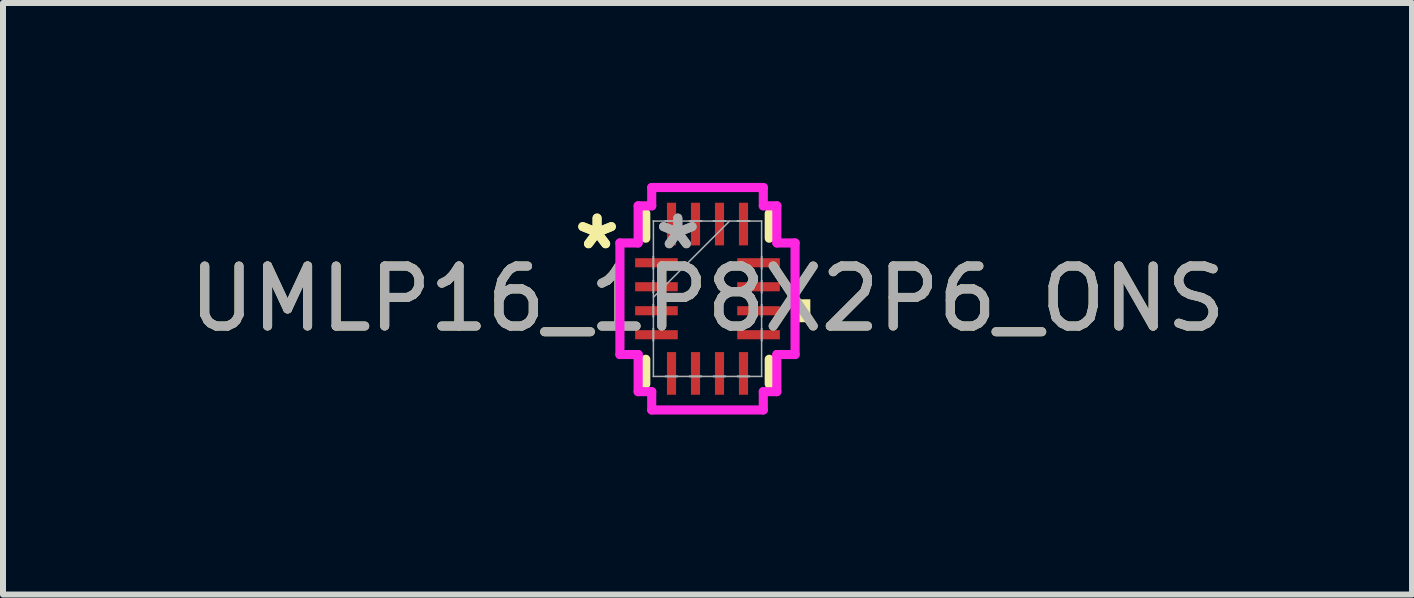
<source format=kicad_pcb>
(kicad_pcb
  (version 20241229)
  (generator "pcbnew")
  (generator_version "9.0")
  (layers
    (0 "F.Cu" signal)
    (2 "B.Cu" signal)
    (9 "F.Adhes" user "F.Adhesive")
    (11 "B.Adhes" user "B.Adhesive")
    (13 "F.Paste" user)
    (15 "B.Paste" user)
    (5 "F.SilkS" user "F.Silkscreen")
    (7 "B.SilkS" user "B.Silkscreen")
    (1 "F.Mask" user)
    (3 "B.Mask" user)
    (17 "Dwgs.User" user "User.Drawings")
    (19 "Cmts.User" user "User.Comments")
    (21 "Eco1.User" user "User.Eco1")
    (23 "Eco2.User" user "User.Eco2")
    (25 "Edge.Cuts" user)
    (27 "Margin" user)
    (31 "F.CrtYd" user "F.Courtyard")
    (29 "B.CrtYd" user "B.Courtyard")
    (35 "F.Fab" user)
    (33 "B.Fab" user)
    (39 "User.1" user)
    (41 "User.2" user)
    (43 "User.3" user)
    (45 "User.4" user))
  (footprint "UMLP16_1P8X2P6_ONS"
    (layer "F.Cu")
    (at 8.744 1.93)
    (property "Reference" "UMLP16_1P8X2P6_ONS" (at 0 0 0) (unlocked yes) (layer "F.SilkS") (effects (font (size 1 1) (thickness 0.15))))
    (attr smd)
    (fp_line (start -1.029 -1.422) (end -1.029 -1.009) (stroke (width 0.152) (type solid)) (layer "F.SilkS"))
    (fp_line (start -1.029 1.009) (end -1.029 1.422) (stroke (width 0.152) (type solid)) (layer "F.SilkS"))
    (fp_line (start 1.029 -1.009) (end 1.029 -1.422) (stroke (width 0.152) (type solid)) (layer "F.SilkS"))
    (fp_line (start 1.029 1.422) (end 1.029 1.009) (stroke (width 0.152) (type solid)) (layer "F.SilkS"))
    (fp_poly (pts (xy 1.714 0.009) (xy 1.714 0.391) (xy 1.46 0.391) (xy 1.46 0.009)) (stroke (width 0) (type solid)) (fill yes) (layer "F.SilkS"))
    (fp_line (start -1.46 -0.93) (end -1.156 -0.93) (stroke (width 0.152) (type solid)) (layer "F.CrtYd"))
    (fp_line (start -1.46 0.93) (end -1.46 -0.93) (stroke (width 0.152) (type solid)) (layer "F.CrtYd"))
    (fp_line (start -1.156 -1.549) (end -0.93 -1.549) (stroke (width 0.152) (type solid)) (layer "F.CrtYd"))
    (fp_line (start -1.156 -0.93) (end -1.156 -1.549) (stroke (width 0.152) (type solid)) (layer "F.CrtYd"))
    (fp_line (start -1.156 0.93) (end -1.46 0.93) (stroke (width 0.152) (type solid)) (layer "F.CrtYd"))
    (fp_line (start -1.156 1.549) (end -1.156 0.93) (stroke (width 0.152) (type solid)) (layer "F.CrtYd"))
    (fp_line (start -0.93 -1.854) (end 0.93 -1.854) (stroke (width 0.152) (type solid)) (layer "F.CrtYd"))
    (fp_line (start -0.93 -1.549) (end -0.93 -1.854) (stroke (width 0.152) (type solid)) (layer "F.CrtYd"))
    (fp_line (start -0.93 1.549) (end -1.156 1.549) (stroke (width 0.152) (type solid)) (layer "F.CrtYd"))
    (fp_line (start -0.93 1.854) (end -0.93 1.549) (stroke (width 0.152) (type solid)) (layer "F.CrtYd"))
    (fp_line (start 0.93 -1.854) (end 0.93 -1.549) (stroke (width 0.152) (type solid)) (layer "F.CrtYd"))
    (fp_line (start 0.93 -1.549) (end 1.156 -1.549) (stroke (width 0.152) (type solid)) (layer "F.CrtYd"))
    (fp_line (start 0.93 1.549) (end 0.93 1.854) (stroke (width 0.152) (type solid)) (layer "F.CrtYd"))
    (fp_line (start 0.93 1.854) (end -0.93 1.854) (stroke (width 0.152) (type solid)) (layer "F.CrtYd"))
    (fp_line (start 1.156 -1.549) (end 1.156 -0.93) (stroke (width 0.152) (type solid)) (layer "F.CrtYd"))
    (fp_line (start 1.156 -0.93) (end 1.46 -0.93) (stroke (width 0.152) (type solid)) (layer "F.CrtYd"))
    (fp_line (start 1.156 0.93) (end 1.156 1.549) (stroke (width 0.152) (type solid)) (layer "F.CrtYd"))
    (fp_line (start 1.156 1.549) (end 0.93 1.549) (stroke (width 0.152) (type solid)) (layer "F.CrtYd"))
    (fp_line (start 1.46 -0.93) (end 1.46 0.93) (stroke (width 0.152) (type solid)) (layer "F.CrtYd"))
    (fp_line (start 1.46 0.93) (end 1.156 0.93) (stroke (width 0.152) (type solid)) (layer "F.CrtYd"))
    (fp_line (start -0.902 -1.295) (end -0.902 -1.295) (stroke (width 0.025) (type solid)) (layer "F.Fab"))
    (fp_line (start -0.902 -1.295) (end -0.902 1.295) (stroke (width 0.025) (type solid)) (layer "F.Fab"))
    (fp_line (start -0.902 -0.702) (end -0.902 -0.702) (stroke (width 0.025) (type solid)) (layer "F.Fab"))
    (fp_line (start -0.902 -0.702) (end -0.902 -0.498) (stroke (width 0.025) (type solid)) (layer "F.Fab"))
    (fp_line (start -0.902 -0.498) (end -0.902 -0.702) (stroke (width 0.025) (type solid)) (layer "F.Fab"))
    (fp_line (start -0.902 -0.498) (end -0.902 -0.498) (stroke (width 0.025) (type solid)) (layer "F.Fab"))
    (fp_line (start -0.902 -0.302) (end -0.902 -0.302) (stroke (width 0.025) (type solid)) (layer "F.Fab"))
    (fp_line (start -0.902 -0.302) (end -0.902 -0.098) (stroke (width 0.025) (type solid)) (layer "F.Fab"))
    (fp_line (start -0.902 -0.098) (end -0.902 -0.302) (stroke (width 0.025) (type solid)) (layer "F.Fab"))
    (fp_line (start -0.902 -0.098) (end -0.902 -0.098) (stroke (width 0.025) (type solid)) (layer "F.Fab"))
    (fp_line (start -0.902 -0.025) (end 0.368 -1.295) (stroke (width 0.025) (type solid)) (layer "F.Fab"))
    (fp_line (start -0.902 0.098) (end -0.902 0.098) (stroke (width 0.025) (type solid)) (layer "F.Fab"))
    (fp_line (start -0.902 0.098) (end -0.902 0.302) (stroke (width 0.025) (type solid)) (layer "F.Fab"))
    (fp_line (start -0.902 0.302) (end -0.902 0.098) (stroke (width 0.025) (type solid)) (layer "F.Fab"))
    (fp_line (start -0.902 0.302) (end -0.902 0.302) (stroke (width 0.025) (type solid)) (layer "F.Fab"))
    (fp_line (start -0.902 0.498) (end -0.902 0.498) (stroke (width 0.025) (type solid)) (layer "F.Fab"))
    (fp_line (start -0.902 0.498) (end -0.902 0.702) (stroke (width 0.025) (type solid)) (layer "F.Fab"))
    (fp_line (start -0.902 0.702) (end -0.902 0.498) (stroke (width 0.025) (type solid)) (layer "F.Fab"))
    (fp_line (start -0.902 0.702) (end -0.902 0.702) (stroke (width 0.025) (type solid)) (layer "F.Fab"))
    (fp_line (start -0.902 1.295) (end -0.902 1.295) (stroke (width 0.025) (type solid)) (layer "F.Fab"))
    (fp_line (start -0.902 1.295) (end 0.902 1.295) (stroke (width 0.025) (type solid)) (layer "F.Fab"))
    (fp_line (start -0.702 -1.295) (end -0.702 -1.295) (stroke (width 0.025) (type solid)) (layer "F.Fab"))
    (fp_line (start -0.702 -1.295) (end -0.498 -1.295) (stroke (width 0.025) (type solid)) (layer "F.Fab"))
    (fp_line (start -0.702 1.295) (end -0.702 1.295) (stroke (width 0.025) (type solid)) (layer "F.Fab"))
    (fp_line (start -0.702 1.295) (end -0.498 1.295) (stroke (width 0.025) (type solid)) (layer "F.Fab"))
    (fp_line (start -0.498 -1.295) (end -0.702 -1.295) (stroke (width 0.025) (type solid)) (layer "F.Fab"))
    (fp_line (start -0.498 -1.295) (end -0.498 -1.295) (stroke (width 0.025) (type solid)) (layer "F.Fab"))
    (fp_line (start -0.498 1.295) (end -0.702 1.295) (stroke (width 0.025) (type solid)) (layer "F.Fab"))
    (fp_line (start -0.498 1.295) (end -0.498 1.295) (stroke (width 0.025) (type solid)) (layer "F.Fab"))
    (fp_line (start -0.302 -1.295) (end -0.302 -1.295) (stroke (width 0.025) (type solid)) (layer "F.Fab"))
    (fp_line (start -0.302 -1.295) (end -0.098 -1.295) (stroke (width 0.025) (type solid)) (layer "F.Fab"))
    (fp_line (start -0.302 1.295) (end -0.302 1.295) (stroke (width 0.025) (type solid)) (layer "F.Fab"))
    (fp_line (start -0.302 1.295) (end -0.098 1.295) (stroke (width 0.025) (type solid)) (layer "F.Fab"))
    (fp_line (start -0.098 -1.295) (end -0.302 -1.295) (stroke (width 0.025) (type solid)) (layer "F.Fab"))
    (fp_line (start -0.098 -1.295) (end -0.098 -1.295) (stroke (width 0.025) (type solid)) (layer "F.Fab"))
    (fp_line (start -0.098 1.295) (end -0.302 1.295) (stroke (width 0.025) (type solid)) (layer "F.Fab"))
    (fp_line (start -0.098 1.295) (end -0.098 1.295) (stroke (width 0.025) (type solid)) (layer "F.Fab"))
    (fp_line (start 0.098 -1.295) (end 0.098 -1.295) (stroke (width 0.025) (type solid)) (layer "F.Fab"))
    (fp_line (start 0.098 -1.295) (end 0.302 -1.295) (stroke (width 0.025) (type solid)) (layer "F.Fab"))
    (fp_line (start 0.098 1.295) (end 0.098 1.295) (stroke (width 0.025) (type solid)) (layer "F.Fab"))
    (fp_line (start 0.098 1.295) (end 0.302 1.295) (stroke (width 0.025) (type solid)) (layer "F.Fab"))
    (fp_line (start 0.302 -1.295) (end 0.098 -1.295) (stroke (width 0.025) (type solid)) (layer "F.Fab"))
    (fp_line (start 0.302 -1.295) (end 0.302 -1.295) (stroke (width 0.025) (type solid)) (layer "F.Fab"))
    (fp_line (start 0.302 1.295) (end 0.098 1.295) (stroke (width 0.025) (type solid)) (layer "F.Fab"))
    (fp_line (start 0.302 1.295) (end 0.302 1.295) (stroke (width 0.025) (type solid)) (layer "F.Fab"))
    (fp_line (start 0.498 -1.295) (end 0.498 -1.295) (stroke (width 0.025) (type solid)) (layer "F.Fab"))
    (fp_line (start 0.498 -1.295) (end 0.702 -1.295) (stroke (width 0.025) (type solid)) (layer "F.Fab"))
    (fp_line (start 0.498 1.295) (end 0.498 1.295) (stroke (width 0.025) (type solid)) (layer "F.Fab"))
    (fp_line (start 0.498 1.295) (end 0.702 1.295) (stroke (width 0.025) (type solid)) (layer "F.Fab"))
    (fp_line (start 0.702 -1.295) (end 0.498 -1.295) (stroke (width 0.025) (type solid)) (layer "F.Fab"))
    (fp_line (start 0.702 -1.295) (end 0.702 -1.295) (stroke (width 0.025) (type solid)) (layer "F.Fab"))
    (fp_line (start 0.702 1.295) (end 0.498 1.295) (stroke (width 0.025) (type solid)) (layer "F.Fab"))
    (fp_line (start 0.702 1.295) (end 0.702 1.295) (stroke (width 0.025) (type solid)) (layer "F.Fab"))
    (fp_line (start 0.902 -1.295) (end -0.902 -1.295) (stroke (width 0.025) (type solid)) (layer "F.Fab"))
    (fp_line (start 0.902 -1.295) (end 0.902 -1.295) (stroke (width 0.025) (type solid)) (layer "F.Fab"))
    (fp_line (start 0.902 -0.702) (end 0.902 -0.702) (stroke (width 0.025) (type solid)) (layer "F.Fab"))
    (fp_line (start 0.902 -0.702) (end 0.902 -0.498) (stroke (width 0.025) (type solid)) (layer "F.Fab"))
    (fp_line (start 0.902 -0.498) (end 0.902 -0.702) (stroke (width 0.025) (type solid)) (layer "F.Fab"))
    (fp_line (start 0.902 -0.498) (end 0.902 -0.498) (stroke (width 0.025) (type solid)) (layer "F.Fab"))
    (fp_line (start 0.902 -0.302) (end 0.902 -0.302) (stroke (width 0.025) (type solid)) (layer "F.Fab"))
    (fp_line (start 0.902 -0.302) (end 0.902 -0.098) (stroke (width 0.025) (type solid)) (layer "F.Fab"))
    (fp_line (start 0.902 -0.098) (end 0.902 -0.302) (stroke (width 0.025) (type solid)) (layer "F.Fab"))
    (fp_line (start 0.902 -0.098) (end 0.902 -0.098) (stroke (width 0.025) (type solid)) (layer "F.Fab"))
    (fp_line (start 0.902 0.098) (end 0.902 0.098) (stroke (width 0.025) (type solid)) (layer "F.Fab"))
    (fp_line (start 0.902 0.098) (end 0.902 0.302) (stroke (width 0.025) (type solid)) (layer "F.Fab"))
    (fp_line (start 0.902 0.302) (end 0.902 0.098) (stroke (width 0.025) (type solid)) (layer "F.Fab"))
    (fp_line (start 0.902 0.302) (end 0.902 0.302) (stroke (width 0.025) (type solid)) (layer "F.Fab"))
    (fp_line (start 0.902 0.498) (end 0.902 0.498) (stroke (width 0.025) (type solid)) (layer "F.Fab"))
    (fp_line (start 0.902 0.498) (end 0.902 0.702) (stroke (width 0.025) (type solid)) (layer "F.Fab"))
    (fp_line (start 0.902 0.702) (end 0.902 0.498) (stroke (width 0.025) (type solid)) (layer "F.Fab"))
    (fp_line (start 0.902 0.702) (end 0.902 0.702) (stroke (width 0.025) (type solid)) (layer "F.Fab"))
    (fp_line (start 0.902 1.295) (end 0.902 -1.295) (stroke (width 0.025) (type solid)) (layer "F.Fab"))
    (fp_line (start 0.902 1.295) (end 0.902 1.295) (stroke (width 0.025) (type solid)) (layer "F.Fab"))
    (fp_text user "*" (at -1.841 -0.8 0) (layer "F.SilkS") (effects (font (size 1 1) (thickness 0.15))))
    (fp_text user "*" (at -1.841 -0.8 0) (unlocked yes) (layer "F.SilkS") (effects (font (size 1 1) (thickness 0.15))))
    (fp_text user "*" (at -0.495 -0.8 0) (unlocked yes) (layer "F.Fab") (effects (font (size 1 1) (thickness 0.15))))
    (fp_text user "${REFERENCE}" (at 0 0 0) (unlocked yes) (layer "F.Fab") (effects (font (size 1 1) (thickness 0.15))))
    (fp_text user "*" (at -0.495 -0.8 0) (layer "F.Fab") (effects (font (size 1 1) (thickness 0.15))))
    (pad "1" smd rect (at -0.851 -0.6 90) (size 0.152 0.711) (layers "F.Cu" "F.Mask" "F.Paste"))
    (pad "2" smd rect (at -0.851 -0.2 90) (size 0.152 0.711) (layers "F.Cu" "F.Mask" "F.Paste"))
    (pad "3" smd rect (at -0.851 0.2 90) (size 0.152 0.711) (layers "F.Cu" "F.Mask" "F.Paste"))
    (pad "4" smd rect (at -0.851 0.6 90) (size 0.152 0.711) (layers "F.Cu" "F.Mask" "F.Paste"))
    (pad "5" smd rect (at -0.6 1.245) (size 0.152 0.711) (layers "F.Cu" "F.Mask" "F.Paste"))
    (pad "6" smd rect (at -0.2 1.245) (size 0.152 0.711) (layers "F.Cu" "F.Mask" "F.Paste"))
    (pad "7" smd rect (at 0.2 1.245) (size 0.152 0.711) (layers "F.Cu" "F.Mask" "F.Paste"))
    (pad "8" smd rect (at 0.6 1.245) (size 0.152 0.711) (layers "F.Cu" "F.Mask" "F.Paste"))
    (pad "9" smd rect (at 0.851 0.6 90) (size 0.152 0.711) (layers "F.Cu" "F.Mask" "F.Paste"))
    (pad "10" smd rect (at 0.851 0.2 90) (size 0.152 0.711) (layers "F.Cu" "F.Mask" "F.Paste"))
    (pad "11" smd rect (at 0.851 -0.2 90) (size 0.152 0.711) (layers "F.Cu" "F.Mask" "F.Paste"))
    (pad "12" smd rect (at 0.851 -0.6 90) (size 0.152 0.711) (layers "F.Cu" "F.Mask" "F.Paste"))
    (pad "13" smd rect (at 0.6 -1.245) (size 0.152 0.711) (layers "F.Cu" "F.Mask" "F.Paste"))
    (pad "14" smd rect (at 0.2 -1.245) (size 0.152 0.711) (layers "F.Cu" "F.Mask" "F.Paste"))
    (pad "15" smd rect (at -0.2 -1.245) (size 0.152 0.711) (layers "F.Cu" "F.Mask" "F.Paste"))
    (pad "16" smd rect (at -0.6 -1.245) (size 0.152 0.711) (layers "F.Cu" "F.Mask" "F.Paste")))
  (gr_rect
    (start -3 -3)
    (end 20.488 6.861)
    (stroke (width 0.1) (type default))
    (fill no)
    (layer "Edge.Cuts")))
</source>
